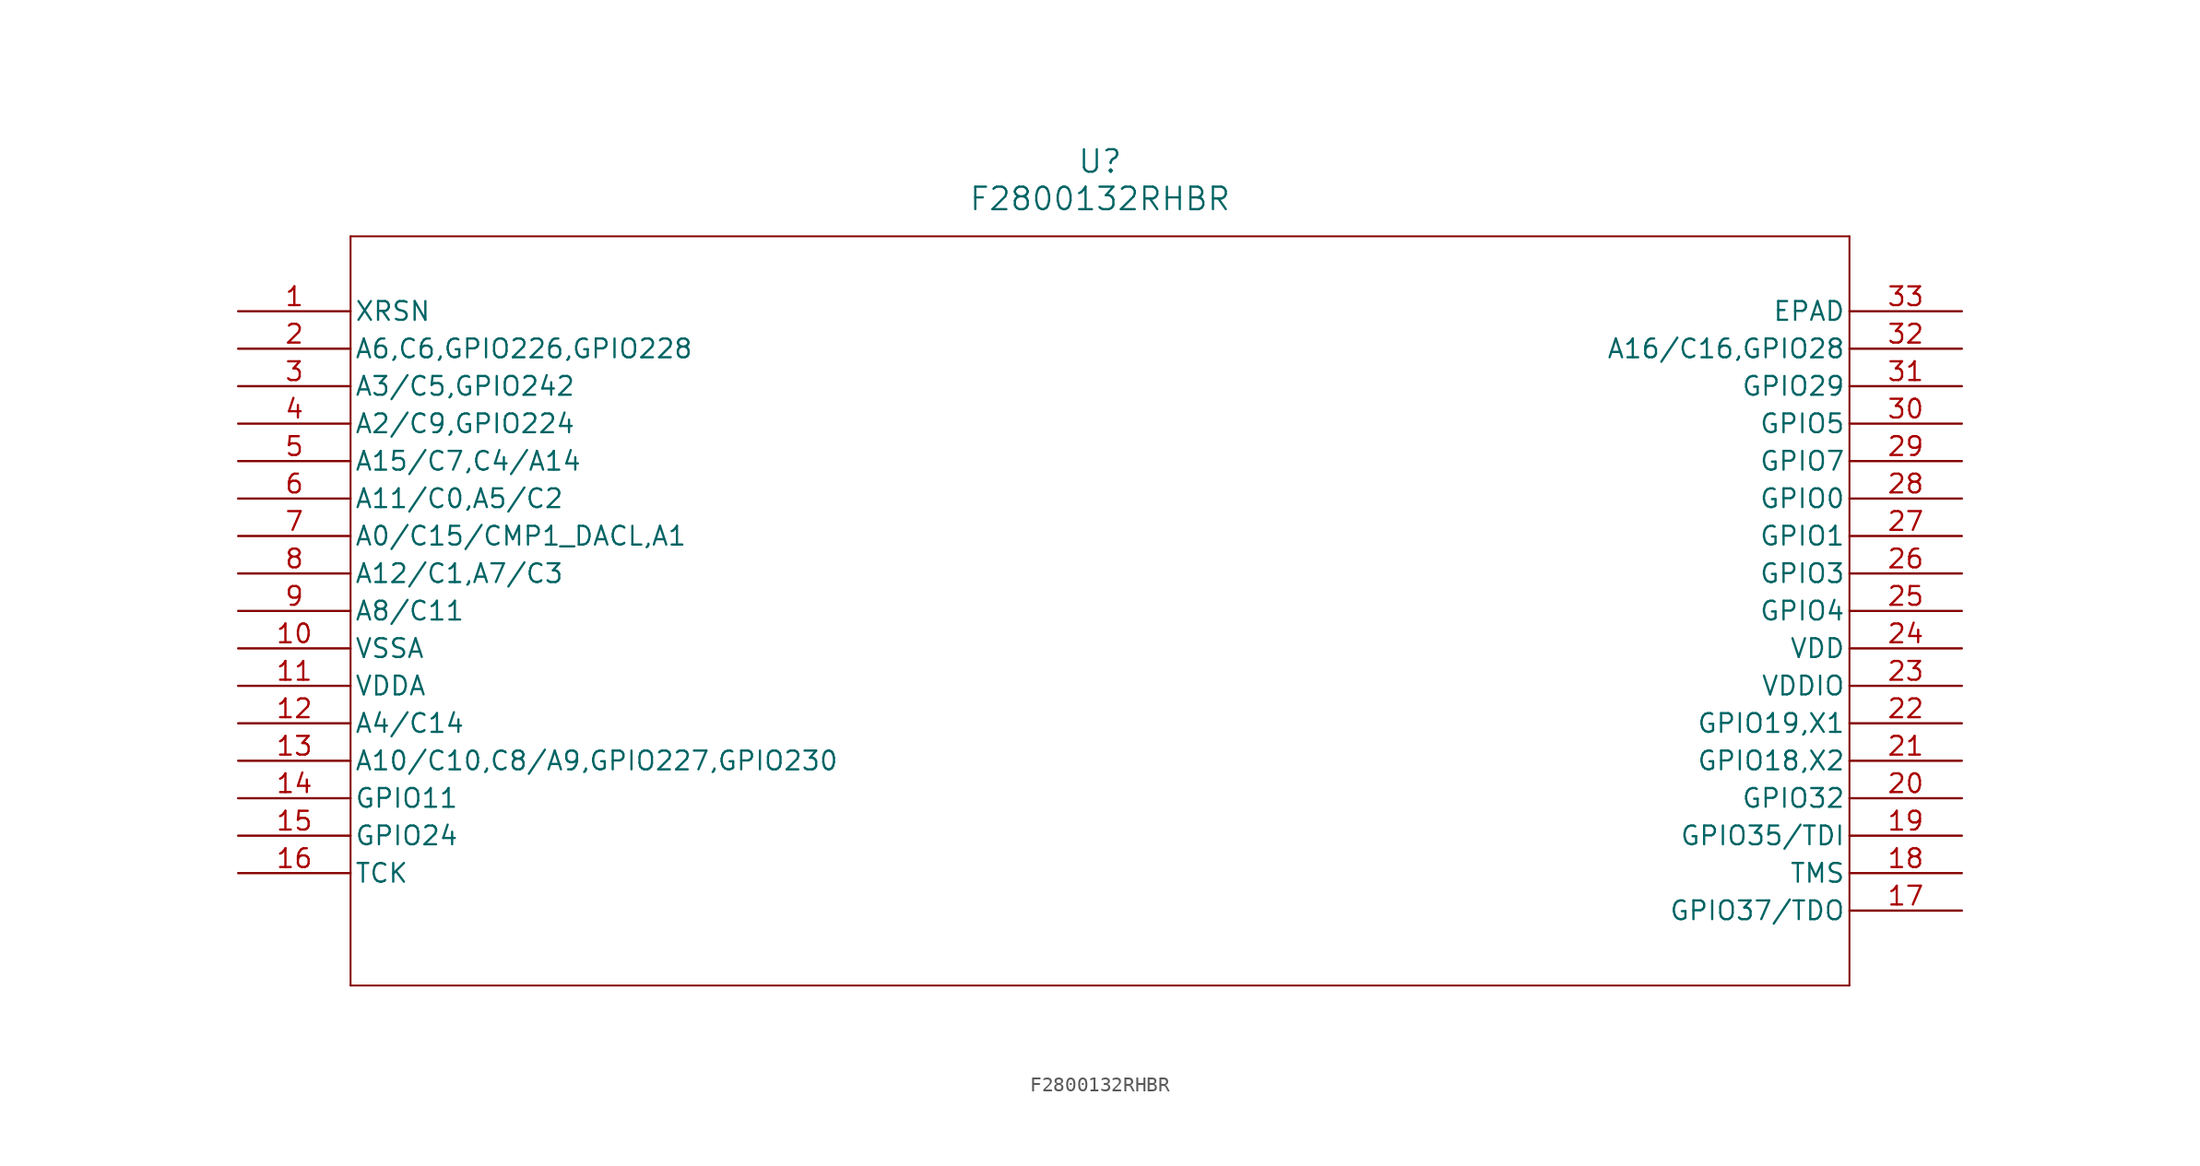
<source format=kicad_sym>
(kicad_symbol_lib
  (version 20211014)
  (generator kicad_symbol_editor)
  (symbol "F2800132RHBR"
    (pin_names
      (offset 0.254))
    (property "Reference" "U"
      (at 58.42 10.16 0)
      (effects (font (size 1.524 1.524))))
    (property "Value" "F2800132RHBR"
      (at 58.42 7.62 0)
      (effects (font (size 1.524 1.524))))
    (symbol "F2800132RHBR_0_1"
      (polyline (pts (xy 7.62 5.08) (xy 7.62 -45.72)) (stroke (width 0.127) (type default) (color 0 0 0 0)) (fill (type none)))
      (polyline (pts (xy 7.62 -45.72) (xy 109.22 -45.72)) (stroke (width 0.127) (type default) (color 0 0 0 0)) (fill (type none)))
      (polyline (pts (xy 109.22 -45.72) (xy 109.22 5.08)) (stroke (width 0.127) (type default) (color 0 0 0 0)) (fill (type none)))
      (polyline (pts (xy 109.22 5.08) (xy 7.62 5.08)) (stroke (width 0.127) (type default) (color 0 0 0 0)) (fill (type none)))
      (pin unspecified line (at 0 0 0) (length 7.62) (name "XRSN" (effects (font (size 1.27 1.27)))) (number "1" (effects (font (size 1.27 1.27)))))
      (pin bidirectional line (at 0 -2.54 0) (length 7.62) (name "A6,C6,GPIO226,GPIO228" (effects (font (size 1.27 1.27)))) (number "2" (effects (font (size 1.27 1.27)))))
      (pin bidirectional line (at 0 -5.08 0) (length 7.62) (name "A3/C5,GPIO242" (effects (font (size 1.27 1.27)))) (number "3" (effects (font (size 1.27 1.27)))))
      (pin bidirectional line (at 0 -7.62 0) (length 7.62) (name "A2/C9,GPIO224" (effects (font (size 1.27 1.27)))) (number "4" (effects (font (size 1.27 1.27)))))
      (pin bidirectional line (at 0 -10.16 0) (length 7.62) (name "A15/C7,C4/A14" (effects (font (size 1.27 1.27)))) (number "5" (effects (font (size 1.27 1.27)))))
      (pin bidirectional line (at 0 -12.7 0) (length 7.62) (name "A11/C0,A5/C2" (effects (font (size 1.27 1.27)))) (number "6" (effects (font (size 1.27 1.27)))))
      (pin bidirectional line (at 0 -15.24 0) (length 7.62) (name "A0/C15/CMP1_DACL,A1" (effects (font (size 1.27 1.27)))) (number "7" (effects (font (size 1.27 1.27)))))
      (pin bidirectional line (at 0 -17.78 0) (length 7.62) (name "A12/C1,A7/C3" (effects (font (size 1.27 1.27)))) (number "8" (effects (font (size 1.27 1.27)))))
      (pin bidirectional line (at 0 -20.32 0) (length 7.62) (name "A8/C11" (effects (font (size 1.27 1.27)))) (number "9" (effects (font (size 1.27 1.27)))))
      (pin power_out line (at 0 -22.86 0) (length 7.62) (name "VSSA" (effects (font (size 1.27 1.27)))) (number "10" (effects (font (size 1.27 1.27)))))
      (pin power_in line (at 0 -25.4 0) (length 7.62) (name "VDDA" (effects (font (size 1.27 1.27)))) (number "11" (effects (font (size 1.27 1.27)))))
      (pin bidirectional line (at 0 -27.94 0) (length 7.62) (name "A4/C14" (effects (font (size 1.27 1.27)))) (number "12" (effects (font (size 1.27 1.27)))))
      (pin bidirectional line (at 0 -30.48 0) (length 7.62) (name "A10/C10,C8/A9,GPIO227,GPIO230" (effects (font (size 1.27 1.27)))) (number "13" (effects (font (size 1.27 1.27)))))
      (pin bidirectional line (at 0 -33.02 0) (length 7.62) (name "GPIO11" (effects (font (size 1.27 1.27)))) (number "14" (effects (font (size 1.27 1.27)))))
      (pin bidirectional line (at 0 -35.56 0) (length 7.62) (name "GPIO24" (effects (font (size 1.27 1.27)))) (number "15" (effects (font (size 1.27 1.27)))))
      (pin unspecified line (at 0 -38.1 0) (length 7.62) (name "TCK" (effects (font (size 1.27 1.27)))) (number "16" (effects (font (size 1.27 1.27)))))
      (pin bidirectional line (at 116.84 -40.64 180) (length 7.62) (name "GPIO37/TDO" (effects (font (size 1.27 1.27)))) (number "17" (effects (font (size 1.27 1.27)))))
      (pin unspecified line (at 116.84 -38.1 180) (length 7.62) (name "TMS" (effects (font (size 1.27 1.27)))) (number "18" (effects (font (size 1.27 1.27)))))
      (pin bidirectional line (at 116.84 -35.56 180) (length 7.62) (name "GPIO35/TDI" (effects (font (size 1.27 1.27)))) (number "19" (effects (font (size 1.27 1.27)))))
      (pin bidirectional line (at 116.84 -33.02 180) (length 7.62) (name "GPIO32" (effects (font (size 1.27 1.27)))) (number "20" (effects (font (size 1.27 1.27)))))
      (pin bidirectional line (at 116.84 -30.48 180) (length 7.62) (name "GPIO18,X2" (effects (font (size 1.27 1.27)))) (number "21" (effects (font (size 1.27 1.27)))))
      (pin bidirectional line (at 116.84 -27.94 180) (length 7.62) (name "GPIO19,X1" (effects (font (size 1.27 1.27)))) (number "22" (effects (font (size 1.27 1.27)))))
      (pin power_in line (at 116.84 -25.4 180) (length 7.62) (name "VDDIO" (effects (font (size 1.27 1.27)))) (number "23" (effects (font (size 1.27 1.27)))))
      (pin power_in line (at 116.84 -22.86 180) (length 7.62) (name "VDD" (effects (font (size 1.27 1.27)))) (number "24" (effects (font (size 1.27 1.27)))))
      (pin bidirectional line (at 116.84 -20.32 180) (length 7.62) (name "GPIO4" (effects (font (size 1.27 1.27)))) (number "25" (effects (font (size 1.27 1.27)))))
      (pin bidirectional line (at 116.84 -17.78 180) (length 7.62) (name "GPIO3" (effects (font (size 1.27 1.27)))) (number "26" (effects (font (size 1.27 1.27)))))
      (pin bidirectional line (at 116.84 -15.24 180) (length 7.62) (name "GPIO1" (effects (font (size 1.27 1.27)))) (number "27" (effects (font (size 1.27 1.27)))))
      (pin bidirectional line (at 116.84 -12.7 180) (length 7.62) (name "GPIO0" (effects (font (size 1.27 1.27)))) (number "28" (effects (font (size 1.27 1.27)))))
      (pin bidirectional line (at 116.84 -10.16 180) (length 7.62) (name "GPIO7" (effects (font (size 1.27 1.27)))) (number "29" (effects (font (size 1.27 1.27)))))
      (pin bidirectional line (at 116.84 -7.62 180) (length 7.62) (name "GPIO5" (effects (font (size 1.27 1.27)))) (number "30" (effects (font (size 1.27 1.27)))))
      (pin bidirectional line (at 116.84 -5.08 180) (length 7.62) (name "GPIO29" (effects (font (size 1.27 1.27)))) (number "31" (effects (font (size 1.27 1.27)))))
      (pin bidirectional line (at 116.84 -2.54 180) (length 7.62) (name "A16/C16,GPIO28" (effects (font (size 1.27 1.27)))) (number "32" (effects (font (size 1.27 1.27)))))
      (pin unspecified line (at 116.84 0 180) (length 7.62) (name "EPAD" (effects (font (size 1.27 1.27)))) (number "33" (effects (font (size 1.27 1.27))))))))
</source>
